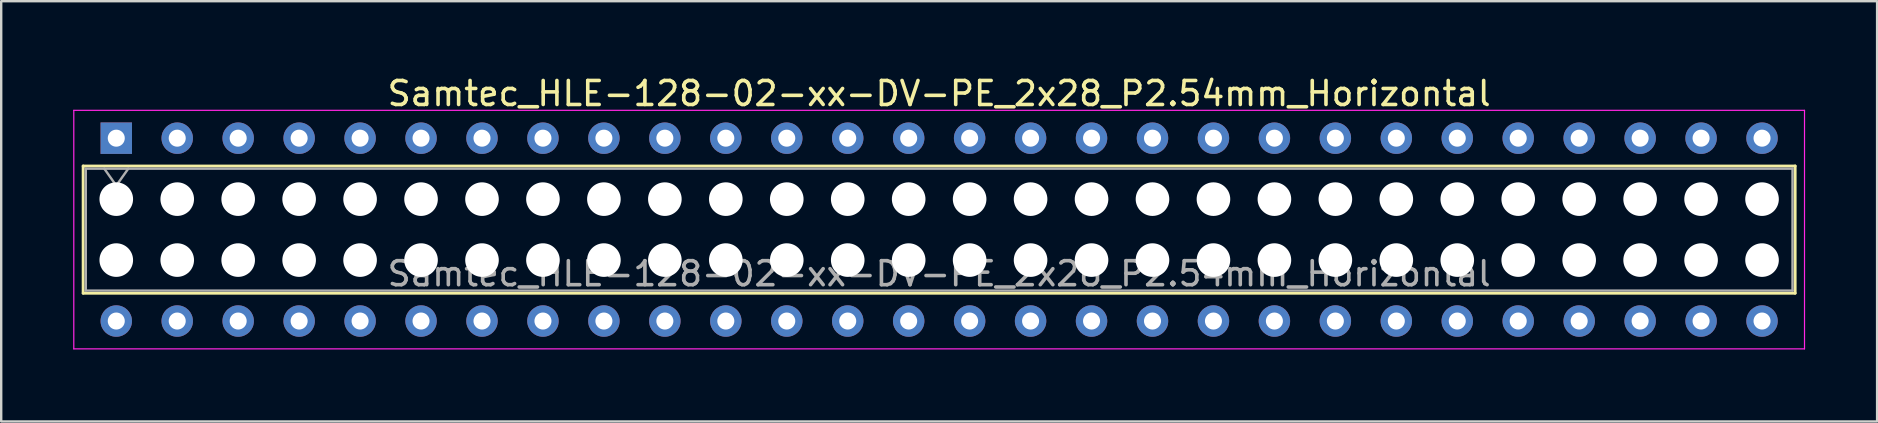
<source format=kicad_pcb>
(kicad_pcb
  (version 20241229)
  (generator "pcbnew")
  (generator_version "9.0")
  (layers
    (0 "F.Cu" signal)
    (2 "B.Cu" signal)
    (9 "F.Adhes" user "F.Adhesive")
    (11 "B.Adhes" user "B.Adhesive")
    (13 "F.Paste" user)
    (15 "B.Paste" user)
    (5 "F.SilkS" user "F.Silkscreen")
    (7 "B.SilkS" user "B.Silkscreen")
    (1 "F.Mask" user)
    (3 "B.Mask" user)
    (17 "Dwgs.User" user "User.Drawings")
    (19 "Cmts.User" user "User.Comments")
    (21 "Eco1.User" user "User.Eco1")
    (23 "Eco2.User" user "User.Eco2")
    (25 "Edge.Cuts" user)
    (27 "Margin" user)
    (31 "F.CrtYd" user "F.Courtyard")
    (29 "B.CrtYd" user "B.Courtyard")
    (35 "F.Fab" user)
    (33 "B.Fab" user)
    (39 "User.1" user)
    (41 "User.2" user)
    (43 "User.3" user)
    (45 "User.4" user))
  (footprint "Samtec_HLE-128-02-xx-DV-PE_2x28_P2.54mm_Horizontal"
    (layer "F.Cu")
    (at 1.795 2.708)
    (property "Reference" "Samtec_HLE-128-02-xx-DV-PE_2x28_P2.54mm_Horizontal" (at 34.29 -1.86 0) (layer "F.SilkS") (effects (font (size 1 1) (thickness 0.15))))
    (attr through_hole)
    (fp_line (start -1.38 1.16) (end 69.96 1.16) (stroke (width 0.12) (type solid)) (layer "F.SilkS"))
    (fp_line (start -1.38 6.46) (end -1.38 1.16) (stroke (width 0.12) (type solid)) (layer "F.SilkS"))
    (fp_line (start 69.96 1.16) (end 69.96 6.46) (stroke (width 0.12) (type solid)) (layer "F.SilkS"))
    (fp_line (start 69.96 6.46) (end -1.38 6.46) (stroke (width 0.12) (type solid)) (layer "F.SilkS"))
    (fp_line (start -1.77 -1.16) (end 70.35 -1.16) (stroke (width 0.05) (type solid)) (layer "F.CrtYd"))
    (fp_line (start -1.77 8.78) (end -1.77 -1.16) (stroke (width 0.05) (type solid)) (layer "F.CrtYd"))
    (fp_line (start 70.35 -1.16) (end 70.35 8.78) (stroke (width 0.05) (type solid)) (layer "F.CrtYd"))
    (fp_line (start 70.35 8.78) (end -1.77 8.78) (stroke (width 0.05) (type solid)) (layer "F.CrtYd"))
    (fp_line (start -1.27 1.27) (end 69.85 1.27) (stroke (width 0.1) (type solid)) (layer "F.Fab"))
    (fp_line (start -1.27 6.35) (end -1.27 1.27) (stroke (width 0.1) (type solid)) (layer "F.Fab"))
    (fp_line (start -0.5 1.27) (end 0 1.977) (stroke (width 0.1) (type solid)) (layer "F.Fab"))
    (fp_line (start 0 1.977) (end 0.5 1.27) (stroke (width 0.1) (type solid)) (layer "F.Fab"))
    (fp_line (start 69.85 1.27) (end 69.85 6.35) (stroke (width 0.1) (type solid)) (layer "F.Fab"))
    (fp_line (start 69.85 6.35) (end -1.27 6.35) (stroke (width 0.1) (type solid)) (layer "F.Fab"))
    (fp_text user "${REFERENCE}" (at 34.29 5.65 0) (layer "F.Fab") (effects (font (size 1 1) (thickness 0.15))))
    (pad "" np_thru_hole circle (at 0 2.54) (size 1.4 1.4) (drill 1.4) (layers "*.Cu" "*.Mask"))
    (pad "" np_thru_hole circle (at 0 5.08) (size 1.4 1.4) (drill 1.4) (layers "*.Cu" "*.Mask"))
    (pad "" np_thru_hole circle (at 2.54 2.54) (size 1.4 1.4) (drill 1.4) (layers "*.Cu" "*.Mask"))
    (pad "" np_thru_hole circle (at 2.54 5.08) (size 1.4 1.4) (drill 1.4) (layers "*.Cu" "*.Mask"))
    (pad "" np_thru_hole circle (at 5.08 2.54) (size 1.4 1.4) (drill 1.4) (layers "*.Cu" "*.Mask"))
    (pad "" np_thru_hole circle (at 5.08 5.08) (size 1.4 1.4) (drill 1.4) (layers "*.Cu" "*.Mask"))
    (pad "" np_thru_hole circle (at 7.62 2.54) (size 1.4 1.4) (drill 1.4) (layers "*.Cu" "*.Mask"))
    (pad "" np_thru_hole circle (at 7.62 5.08) (size 1.4 1.4) (drill 1.4) (layers "*.Cu" "*.Mask"))
    (pad "" np_thru_hole circle (at 10.16 2.54) (size 1.4 1.4) (drill 1.4) (layers "*.Cu" "*.Mask"))
    (pad "" np_thru_hole circle (at 10.16 5.08) (size 1.4 1.4) (drill 1.4) (layers "*.Cu" "*.Mask"))
    (pad "" np_thru_hole circle (at 12.7 2.54) (size 1.4 1.4) (drill 1.4) (layers "*.Cu" "*.Mask"))
    (pad "" np_thru_hole circle (at 12.7 5.08) (size 1.4 1.4) (drill 1.4) (layers "*.Cu" "*.Mask"))
    (pad "" np_thru_hole circle (at 15.24 2.54) (size 1.4 1.4) (drill 1.4) (layers "*.Cu" "*.Mask"))
    (pad "" np_thru_hole circle (at 15.24 5.08) (size 1.4 1.4) (drill 1.4) (layers "*.Cu" "*.Mask"))
    (pad "" np_thru_hole circle (at 17.78 2.54) (size 1.4 1.4) (drill 1.4) (layers "*.Cu" "*.Mask"))
    (pad "" np_thru_hole circle (at 17.78 5.08) (size 1.4 1.4) (drill 1.4) (layers "*.Cu" "*.Mask"))
    (pad "" np_thru_hole circle (at 20.32 2.54) (size 1.4 1.4) (drill 1.4) (layers "*.Cu" "*.Mask"))
    (pad "" np_thru_hole circle (at 20.32 5.08) (size 1.4 1.4) (drill 1.4) (layers "*.Cu" "*.Mask"))
    (pad "" np_thru_hole circle (at 22.86 2.54) (size 1.4 1.4) (drill 1.4) (layers "*.Cu" "*.Mask"))
    (pad "" np_thru_hole circle (at 22.86 5.08) (size 1.4 1.4) (drill 1.4) (layers "*.Cu" "*.Mask"))
    (pad "" np_thru_hole circle (at 25.4 2.54) (size 1.4 1.4) (drill 1.4) (layers "*.Cu" "*.Mask"))
    (pad "" np_thru_hole circle (at 25.4 5.08) (size 1.4 1.4) (drill 1.4) (layers "*.Cu" "*.Mask"))
    (pad "" np_thru_hole circle (at 27.94 2.54) (size 1.4 1.4) (drill 1.4) (layers "*.Cu" "*.Mask"))
    (pad "" np_thru_hole circle (at 27.94 5.08) (size 1.4 1.4) (drill 1.4) (layers "*.Cu" "*.Mask"))
    (pad "" np_thru_hole circle (at 30.48 2.54) (size 1.4 1.4) (drill 1.4) (layers "*.Cu" "*.Mask"))
    (pad "" np_thru_hole circle (at 30.48 5.08) (size 1.4 1.4) (drill 1.4) (layers "*.Cu" "*.Mask"))
    (pad "" np_thru_hole circle (at 33.02 2.54) (size 1.4 1.4) (drill 1.4) (layers "*.Cu" "*.Mask"))
    (pad "" np_thru_hole circle (at 33.02 5.08) (size 1.4 1.4) (drill 1.4) (layers "*.Cu" "*.Mask"))
    (pad "" np_thru_hole circle (at 35.56 2.54) (size 1.4 1.4) (drill 1.4) (layers "*.Cu" "*.Mask"))
    (pad "" np_thru_hole circle (at 35.56 5.08) (size 1.4 1.4) (drill 1.4) (layers "*.Cu" "*.Mask"))
    (pad "" np_thru_hole circle (at 38.1 2.54) (size 1.4 1.4) (drill 1.4) (layers "*.Cu" "*.Mask"))
    (pad "" np_thru_hole circle (at 38.1 5.08) (size 1.4 1.4) (drill 1.4) (layers "*.Cu" "*.Mask"))
    (pad "" np_thru_hole circle (at 40.64 2.54) (size 1.4 1.4) (drill 1.4) (layers "*.Cu" "*.Mask"))
    (pad "" np_thru_hole circle (at 40.64 5.08) (size 1.4 1.4) (drill 1.4) (layers "*.Cu" "*.Mask"))
    (pad "" np_thru_hole circle (at 43.18 2.54) (size 1.4 1.4) (drill 1.4) (layers "*.Cu" "*.Mask"))
    (pad "" np_thru_hole circle (at 43.18 5.08) (size 1.4 1.4) (drill 1.4) (layers "*.Cu" "*.Mask"))
    (pad "" np_thru_hole circle (at 45.72 2.54) (size 1.4 1.4) (drill 1.4) (layers "*.Cu" "*.Mask"))
    (pad "" np_thru_hole circle (at 45.72 5.08) (size 1.4 1.4) (drill 1.4) (layers "*.Cu" "*.Mask"))
    (pad "" np_thru_hole circle (at 48.26 2.54) (size 1.4 1.4) (drill 1.4) (layers "*.Cu" "*.Mask"))
    (pad "" np_thru_hole circle (at 48.26 5.08) (size 1.4 1.4) (drill 1.4) (layers "*.Cu" "*.Mask"))
    (pad "" np_thru_hole circle (at 50.8 2.54) (size 1.4 1.4) (drill 1.4) (layers "*.Cu" "*.Mask"))
    (pad "" np_thru_hole circle (at 50.8 5.08) (size 1.4 1.4) (drill 1.4) (layers "*.Cu" "*.Mask"))
    (pad "" np_thru_hole circle (at 53.34 2.54) (size 1.4 1.4) (drill 1.4) (layers "*.Cu" "*.Mask"))
    (pad "" np_thru_hole circle (at 53.34 5.08) (size 1.4 1.4) (drill 1.4) (layers "*.Cu" "*.Mask"))
    (pad "" np_thru_hole circle (at 55.88 2.54) (size 1.4 1.4) (drill 1.4) (layers "*.Cu" "*.Mask"))
    (pad "" np_thru_hole circle (at 55.88 5.08) (size 1.4 1.4) (drill 1.4) (layers "*.Cu" "*.Mask"))
    (pad "" np_thru_hole circle (at 58.42 2.54) (size 1.4 1.4) (drill 1.4) (layers "*.Cu" "*.Mask"))
    (pad "" np_thru_hole circle (at 58.42 5.08) (size 1.4 1.4) (drill 1.4) (layers "*.Cu" "*.Mask"))
    (pad "" np_thru_hole circle (at 60.96 2.54) (size 1.4 1.4) (drill 1.4) (layers "*.Cu" "*.Mask"))
    (pad "" np_thru_hole circle (at 60.96 5.08) (size 1.4 1.4) (drill 1.4) (layers "*.Cu" "*.Mask"))
    (pad "" np_thru_hole circle (at 63.5 2.54) (size 1.4 1.4) (drill 1.4) (layers "*.Cu" "*.Mask"))
    (pad "" np_thru_hole circle (at 63.5 5.08) (size 1.4 1.4) (drill 1.4) (layers "*.Cu" "*.Mask"))
    (pad "" np_thru_hole circle (at 66.04 2.54) (size 1.4 1.4) (drill 1.4) (layers "*.Cu" "*.Mask"))
    (pad "" np_thru_hole circle (at 66.04 5.08) (size 1.4 1.4) (drill 1.4) (layers "*.Cu" "*.Mask"))
    (pad "" np_thru_hole circle (at 68.58 2.54) (size 1.4 1.4) (drill 1.4) (layers "*.Cu" "*.Mask"))
    (pad "" np_thru_hole circle (at 68.58 5.08) (size 1.4 1.4) (drill 1.4) (layers "*.Cu" "*.Mask"))
    (pad "1" thru_hole rect (at 0 0) (size 1.31 1.31) (drill 0.71) (layers "*.Cu" "*.Mask"))
    (pad "2" thru_hole circle (at 0 7.62) (size 1.31 1.31) (drill 0.71) (layers "*.Cu" "*.Mask"))
    (pad "3" thru_hole circle (at 2.54 0) (size 1.31 1.31) (drill 0.71) (layers "*.Cu" "*.Mask"))
    (pad "4" thru_hole circle (at 2.54 7.62) (size 1.31 1.31) (drill 0.71) (layers "*.Cu" "*.Mask"))
    (pad "5" thru_hole circle (at 5.08 0) (size 1.31 1.31) (drill 0.71) (layers "*.Cu" "*.Mask"))
    (pad "6" thru_hole circle (at 5.08 7.62) (size 1.31 1.31) (drill 0.71) (layers "*.Cu" "*.Mask"))
    (pad "7" thru_hole circle (at 7.62 0) (size 1.31 1.31) (drill 0.71) (layers "*.Cu" "*.Mask"))
    (pad "8" thru_hole circle (at 7.62 7.62) (size 1.31 1.31) (drill 0.71) (layers "*.Cu" "*.Mask"))
    (pad "9" thru_hole circle (at 10.16 0) (size 1.31 1.31) (drill 0.71) (layers "*.Cu" "*.Mask"))
    (pad "10" thru_hole circle (at 10.16 7.62) (size 1.31 1.31) (drill 0.71) (layers "*.Cu" "*.Mask"))
    (pad "11" thru_hole circle (at 12.7 0) (size 1.31 1.31) (drill 0.71) (layers "*.Cu" "*.Mask"))
    (pad "12" thru_hole circle (at 12.7 7.62) (size 1.31 1.31) (drill 0.71) (layers "*.Cu" "*.Mask"))
    (pad "13" thru_hole circle (at 15.24 0) (size 1.31 1.31) (drill 0.71) (layers "*.Cu" "*.Mask"))
    (pad "14" thru_hole circle (at 15.24 7.62) (size 1.31 1.31) (drill 0.71) (layers "*.Cu" "*.Mask"))
    (pad "15" thru_hole circle (at 17.78 0) (size 1.31 1.31) (drill 0.71) (layers "*.Cu" "*.Mask"))
    (pad "16" thru_hole circle (at 17.78 7.62) (size 1.31 1.31) (drill 0.71) (layers "*.Cu" "*.Mask"))
    (pad "17" thru_hole circle (at 20.32 0) (size 1.31 1.31) (drill 0.71) (layers "*.Cu" "*.Mask"))
    (pad "18" thru_hole circle (at 20.32 7.62) (size 1.31 1.31) (drill 0.71) (layers "*.Cu" "*.Mask"))
    (pad "19" thru_hole circle (at 22.86 0) (size 1.31 1.31) (drill 0.71) (layers "*.Cu" "*.Mask"))
    (pad "20" thru_hole circle (at 22.86 7.62) (size 1.31 1.31) (drill 0.71) (layers "*.Cu" "*.Mask"))
    (pad "21" thru_hole circle (at 25.4 0) (size 1.31 1.31) (drill 0.71) (layers "*.Cu" "*.Mask"))
    (pad "22" thru_hole circle (at 25.4 7.62) (size 1.31 1.31) (drill 0.71) (layers "*.Cu" "*.Mask"))
    (pad "23" thru_hole circle (at 27.94 0) (size 1.31 1.31) (drill 0.71) (layers "*.Cu" "*.Mask"))
    (pad "24" thru_hole circle (at 27.94 7.62) (size 1.31 1.31) (drill 0.71) (layers "*.Cu" "*.Mask"))
    (pad "25" thru_hole circle (at 30.48 0) (size 1.31 1.31) (drill 0.71) (layers "*.Cu" "*.Mask"))
    (pad "26" thru_hole circle (at 30.48 7.62) (size 1.31 1.31) (drill 0.71) (layers "*.Cu" "*.Mask"))
    (pad "27" thru_hole circle (at 33.02 0) (size 1.31 1.31) (drill 0.71) (layers "*.Cu" "*.Mask"))
    (pad "28" thru_hole circle (at 33.02 7.62) (size 1.31 1.31) (drill 0.71) (layers "*.Cu" "*.Mask"))
    (pad "29" thru_hole circle (at 35.56 0) (size 1.31 1.31) (drill 0.71) (layers "*.Cu" "*.Mask"))
    (pad "30" thru_hole circle (at 35.56 7.62) (size 1.31 1.31) (drill 0.71) (layers "*.Cu" "*.Mask"))
    (pad "31" thru_hole circle (at 38.1 0) (size 1.31 1.31) (drill 0.71) (layers "*.Cu" "*.Mask"))
    (pad "32" thru_hole circle (at 38.1 7.62) (size 1.31 1.31) (drill 0.71) (layers "*.Cu" "*.Mask"))
    (pad "33" thru_hole circle (at 40.64 0) (size 1.31 1.31) (drill 0.71) (layers "*.Cu" "*.Mask"))
    (pad "34" thru_hole circle (at 40.64 7.62) (size 1.31 1.31) (drill 0.71) (layers "*.Cu" "*.Mask"))
    (pad "35" thru_hole circle (at 43.18 0) (size 1.31 1.31) (drill 0.71) (layers "*.Cu" "*.Mask"))
    (pad "36" thru_hole circle (at 43.18 7.62) (size 1.31 1.31) (drill 0.71) (layers "*.Cu" "*.Mask"))
    (pad "37" thru_hole circle (at 45.72 0) (size 1.31 1.31) (drill 0.71) (layers "*.Cu" "*.Mask"))
    (pad "38" thru_hole circle (at 45.72 7.62) (size 1.31 1.31) (drill 0.71) (layers "*.Cu" "*.Mask"))
    (pad "39" thru_hole circle (at 48.26 0) (size 1.31 1.31) (drill 0.71) (layers "*.Cu" "*.Mask"))
    (pad "40" thru_hole circle (at 48.26 7.62) (size 1.31 1.31) (drill 0.71) (layers "*.Cu" "*.Mask"))
    (pad "41" thru_hole circle (at 50.8 0) (size 1.31 1.31) (drill 0.71) (layers "*.Cu" "*.Mask"))
    (pad "42" thru_hole circle (at 50.8 7.62) (size 1.31 1.31) (drill 0.71) (layers "*.Cu" "*.Mask"))
    (pad "43" thru_hole circle (at 53.34 0) (size 1.31 1.31) (drill 0.71) (layers "*.Cu" "*.Mask"))
    (pad "44" thru_hole circle (at 53.34 7.62) (size 1.31 1.31) (drill 0.71) (layers "*.Cu" "*.Mask"))
    (pad "45" thru_hole circle (at 55.88 0) (size 1.31 1.31) (drill 0.71) (layers "*.Cu" "*.Mask"))
    (pad "46" thru_hole circle (at 55.88 7.62) (size 1.31 1.31) (drill 0.71) (layers "*.Cu" "*.Mask"))
    (pad "47" thru_hole circle (at 58.42 0) (size 1.31 1.31) (drill 0.71) (layers "*.Cu" "*.Mask"))
    (pad "48" thru_hole circle (at 58.42 7.62) (size 1.31 1.31) (drill 0.71) (layers "*.Cu" "*.Mask"))
    (pad "49" thru_hole circle (at 60.96 0) (size 1.31 1.31) (drill 0.71) (layers "*.Cu" "*.Mask"))
    (pad "50" thru_hole circle (at 60.96 7.62) (size 1.31 1.31) (drill 0.71) (layers "*.Cu" "*.Mask"))
    (pad "51" thru_hole circle (at 63.5 0) (size 1.31 1.31) (drill 0.71) (layers "*.Cu" "*.Mask"))
    (pad "52" thru_hole circle (at 63.5 7.62) (size 1.31 1.31) (drill 0.71) (layers "*.Cu" "*.Mask"))
    (pad "53" thru_hole circle (at 66.04 0) (size 1.31 1.31) (drill 0.71) (layers "*.Cu" "*.Mask"))
    (pad "54" thru_hole circle (at 66.04 7.62) (size 1.31 1.31) (drill 0.71) (layers "*.Cu" "*.Mask"))
    (pad "55" thru_hole circle (at 68.58 0) (size 1.31 1.31) (drill 0.71) (layers "*.Cu" "*.Mask"))
    (pad "56" thru_hole circle (at 68.58 7.62) (size 1.31 1.31) (drill 0.71) (layers "*.Cu" "*.Mask")))
  (gr_rect
    (start -3 -3)
    (end 75.17 14.513)
    (stroke (width 0.1) (type default))
    (fill no)
    (layer "Edge.Cuts")))
</source>
